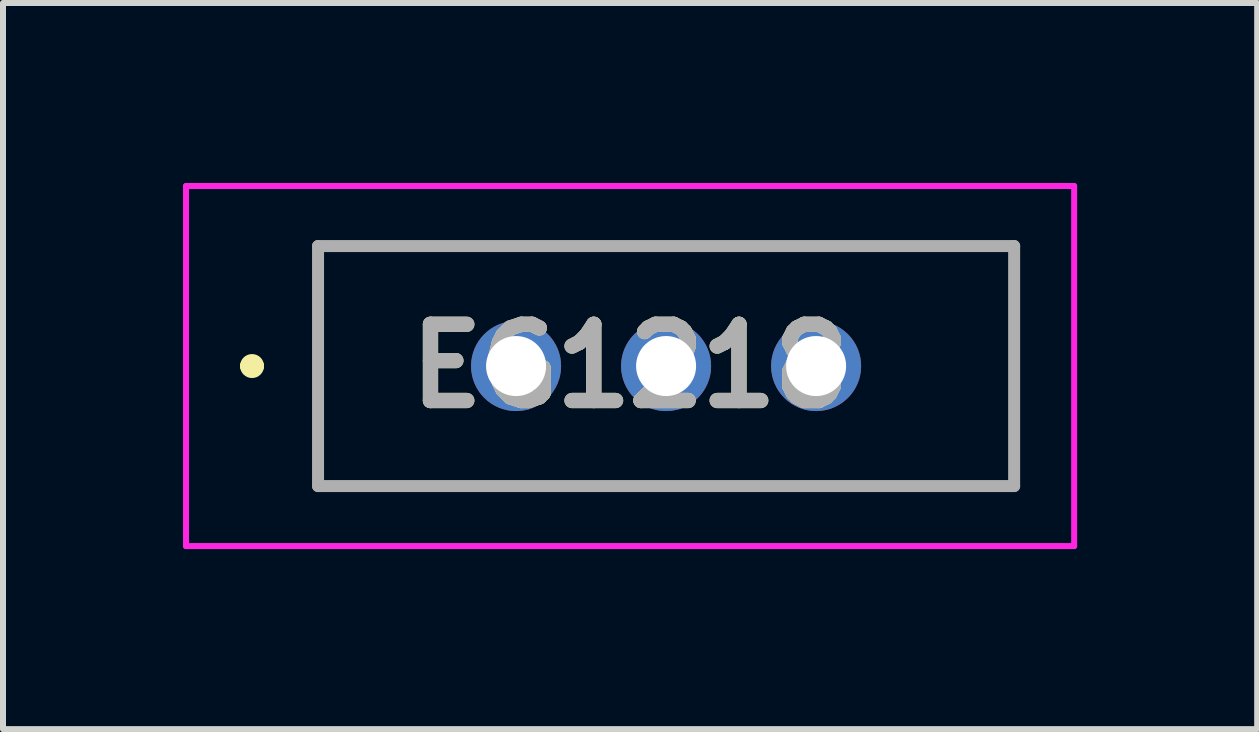
<source format=kicad_pcb>
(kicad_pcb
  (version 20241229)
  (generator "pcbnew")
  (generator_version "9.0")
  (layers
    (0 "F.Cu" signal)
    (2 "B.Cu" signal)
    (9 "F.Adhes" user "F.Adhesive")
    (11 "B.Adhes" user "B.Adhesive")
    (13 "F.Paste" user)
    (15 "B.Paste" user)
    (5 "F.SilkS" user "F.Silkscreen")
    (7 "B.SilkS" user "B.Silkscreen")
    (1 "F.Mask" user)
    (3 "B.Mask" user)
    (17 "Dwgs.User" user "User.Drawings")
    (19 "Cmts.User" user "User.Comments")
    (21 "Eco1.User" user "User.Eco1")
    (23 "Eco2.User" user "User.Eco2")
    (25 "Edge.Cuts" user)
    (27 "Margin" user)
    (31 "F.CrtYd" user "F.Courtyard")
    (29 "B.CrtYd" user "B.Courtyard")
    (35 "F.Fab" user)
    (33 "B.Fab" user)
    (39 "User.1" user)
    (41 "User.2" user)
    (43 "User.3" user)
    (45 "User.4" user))
  (footprint "EG1218"
    (layer "F.Cu")
    (at 5.55 3.05)
    (property "Reference" "EG1218" (at 1.9 0 0) (layer "F.SilkS") (effects (font (size 1.27 1.27) (thickness 0.254))))
    (attr through_hole)
    (fp_line (start -4.5 0) (end -4.5 0) (stroke (width 0.2) (type solid)) (layer "F.SilkS"))
    (fp_line (start -4.3 0) (end -4.3 0) (stroke (width 0.2) (type solid)) (layer "F.SilkS"))
    (fp_line (start -3.3 -2) (end 8.3 -2) (stroke (width 0.1) (type solid)) (layer "F.SilkS"))
    (fp_line (start -3.3 2) (end -3.3 -2) (stroke (width 0.1) (type solid)) (layer "F.SilkS"))
    (fp_line (start 8.3 -2) (end 8.3 2) (stroke (width 0.1) (type solid)) (layer "F.SilkS"))
    (fp_line (start 8.3 2) (end -3.3 2) (stroke (width 0.1) (type solid)) (layer "F.SilkS"))
    (fp_arc (start -4.5 0) (mid -4.4 -0.1) (end -4.3 0) (stroke (width 0.2) (type solid)) (layer "F.SilkS"))
    (fp_arc (start -4.3 0) (mid -4.4 0.1) (end -4.5 0) (stroke (width 0.2) (type solid)) (layer "F.SilkS"))
    (fp_line (start -5.5 -3) (end 9.3 -3) (stroke (width 0.1) (type solid)) (layer "F.CrtYd"))
    (fp_line (start -5.5 3) (end -5.5 -3) (stroke (width 0.1) (type solid)) (layer "F.CrtYd"))
    (fp_line (start 9.3 -3) (end 9.3 3) (stroke (width 0.1) (type solid)) (layer "F.CrtYd"))
    (fp_line (start 9.3 3) (end -5.5 3) (stroke (width 0.1) (type solid)) (layer "F.CrtYd"))
    (fp_line (start -3.3 -2) (end 8.3 -2) (stroke (width 0.2) (type solid)) (layer "F.Fab"))
    (fp_line (start -3.3 2) (end -3.3 -2) (stroke (width 0.2) (type solid)) (layer "F.Fab"))
    (fp_line (start 8.3 -2) (end 8.3 2) (stroke (width 0.2) (type solid)) (layer "F.Fab"))
    (fp_line (start 8.3 2) (end -3.3 2) (stroke (width 0.2) (type solid)) (layer "F.Fab"))
    (fp_text user "${REFERENCE}" (at 1.9 0 0) (layer "F.Fab") (effects (font (size 1.27 1.27) (thickness 0.254))))
    (pad "1" thru_hole circle (at 0 0) (size 1.5 1.5) (drill 1) (layers "*.Cu" "*.Mask"))
    (pad "2" thru_hole circle (at 2.5 0) (size 1.5 1.5) (drill 1) (layers "*.Cu" "*.Mask"))
    (pad "3" thru_hole circle (at 5 0) (size 1.5 1.5) (drill 1) (layers "*.Cu" "*.Mask")))
  (gr_rect
    (start -3 -3)
    (end 17.9 9.1)
    (stroke (width 0.1) (type default))
    (fill no)
    (layer "Edge.Cuts")))
</source>
